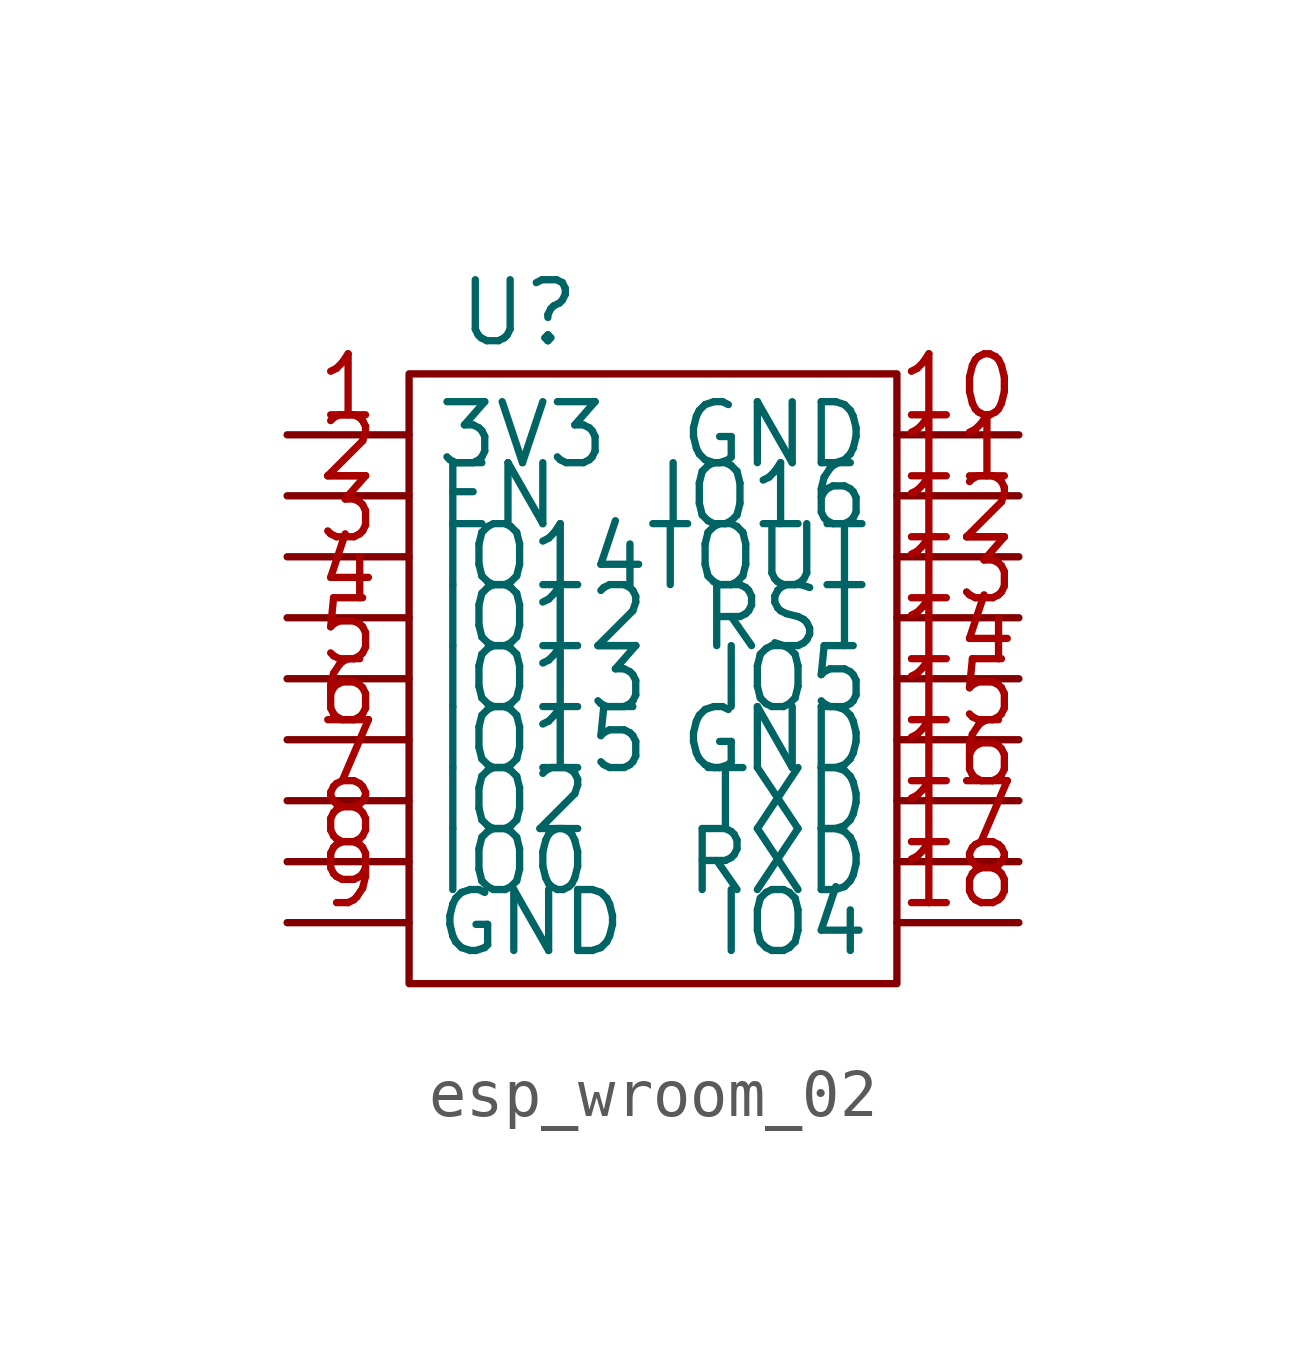
<source format=kicad_sym>
(kicad_symbol_lib
  (version 20231120)
  (generator "kicad_symbol_editor")
  (generator_version "8.0")
  (symbol "esp_wroom_02"
    (property "Reference" "U"
      (at -2.794 3.81 0)
      (effects (font (size 1.27 1.27))))
    (property "Value" ""
      (at 0 0 0)
      (effects (font (size 1.27 1.27))))
    (symbol "esp_wroom_02_0_1"
      (rectangle (start -5.08 2.54) (end 5.08 -10.16) (stroke (width 0) (type default)) (fill (type none))))
    (symbol "esp_wroom_02_1_1"
      (pin power_in line (at -7.62 1.27 0) (length 2.54) (name "3V3" (effects (font (size 1.27 1.27)))) (number "1" (effects (font (size 1.27 1.27)))))
      (pin power_in line (at 7.62 1.27 180) (length 2.54) (name "GND" (effects (font (size 1.27 1.27)))) (number "10" (effects (font (size 1.27 1.27)))))
      (pin bidirectional line (at 7.62 0 180) (length 2.54) (name "IO16" (effects (font (size 1.27 1.27)))) (number "11" (effects (font (size 1.27 1.27)))))
      (pin bidirectional line (at 7.62 -1.27 180) (length 2.54) (name "TOUT" (effects (font (size 1.27 1.27)))) (number "12" (effects (font (size 1.27 1.27)))))
      (pin bidirectional line (at 7.62 -2.54 180) (length 2.54) (name "RST" (effects (font (size 1.27 1.27)))) (number "13" (effects (font (size 1.27 1.27)))))
      (pin bidirectional line (at 7.62 -3.81 180) (length 2.54) (name "IO5" (effects (font (size 1.27 1.27)))) (number "14" (effects (font (size 1.27 1.27)))))
      (pin power_in line (at 7.62 -5.08 180) (length 2.54) (name "GND" (effects (font (size 1.27 1.27)))) (number "15" (effects (font (size 1.27 1.27)))))
      (pin bidirectional line (at 7.62 -6.35 180) (length 2.54) (name "TXD" (effects (font (size 1.27 1.27)))) (number "16" (effects (font (size 1.27 1.27)))))
      (pin bidirectional line (at 7.62 -7.62 180) (length 2.54) (name "RXD" (effects (font (size 1.27 1.27)))) (number "17" (effects (font (size 1.27 1.27)))))
      (pin bidirectional line (at 7.62 -8.89 180) (length 2.54) (name "IO4" (effects (font (size 1.27 1.27)))) (number "18" (effects (font (size 1.27 1.27)))))
      (pin bidirectional line (at -7.62 0 0) (length 2.54) (name "EN" (effects (font (size 1.27 1.27)))) (number "2" (effects (font (size 1.27 1.27)))))
      (pin bidirectional line (at -7.62 -1.27 0) (length 2.54) (name "IO14" (effects (font (size 1.27 1.27)))) (number "3" (effects (font (size 1.27 1.27)))))
      (pin bidirectional line (at -7.62 -2.54 0) (length 2.54) (name "IO12" (effects (font (size 1.27 1.27)))) (number "4" (effects (font (size 1.27 1.27)))))
      (pin bidirectional line (at -7.62 -3.81 0) (length 2.54) (name "IO13" (effects (font (size 1.27 1.27)))) (number "5" (effects (font (size 1.27 1.27)))))
      (pin bidirectional line (at -7.62 -5.08 0) (length 2.54) (name "IO15" (effects (font (size 1.27 1.27)))) (number "6" (effects (font (size 1.27 1.27)))))
      (pin bidirectional line (at -7.62 -6.35 0) (length 2.54) (name "IO2" (effects (font (size 1.27 1.27)))) (number "7" (effects (font (size 1.27 1.27)))))
      (pin bidirectional line (at -7.62 -7.62 0) (length 2.54) (name "IO0" (effects (font (size 1.27 1.27)))) (number "8" (effects (font (size 1.27 1.27)))))
      (pin power_in line (at -7.62 -8.89 0) (length 2.54) (name "GND" (effects (font (size 1.27 1.27)))) (number "9" (effects (font (size 1.27 1.27))))))))
</source>
